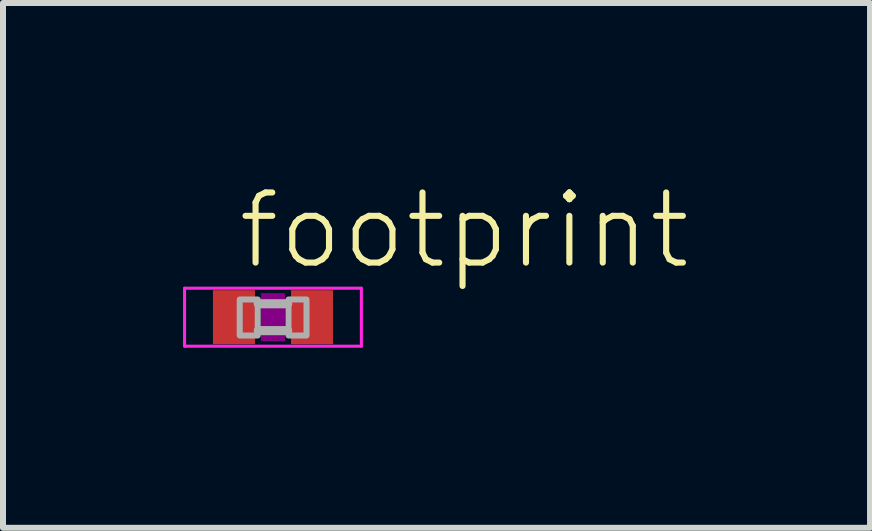
<source format=kicad_pcb>
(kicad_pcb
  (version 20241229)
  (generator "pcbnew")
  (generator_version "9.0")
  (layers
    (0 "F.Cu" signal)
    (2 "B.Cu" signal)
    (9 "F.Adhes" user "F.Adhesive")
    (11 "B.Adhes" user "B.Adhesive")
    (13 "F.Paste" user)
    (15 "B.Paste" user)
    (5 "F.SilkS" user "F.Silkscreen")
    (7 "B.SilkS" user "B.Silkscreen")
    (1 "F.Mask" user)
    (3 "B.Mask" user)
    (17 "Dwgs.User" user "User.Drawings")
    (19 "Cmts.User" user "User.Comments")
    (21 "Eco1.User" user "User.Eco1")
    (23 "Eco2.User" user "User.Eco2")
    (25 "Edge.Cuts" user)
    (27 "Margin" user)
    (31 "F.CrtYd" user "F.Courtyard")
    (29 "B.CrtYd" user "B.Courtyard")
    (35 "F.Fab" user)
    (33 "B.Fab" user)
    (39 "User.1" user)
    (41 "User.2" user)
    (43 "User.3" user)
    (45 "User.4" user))
  (footprint "footprint"
    (layer "F.Cu")
    (at 1.498 2.235)
    (property "Reference" "footprint" (at -0.635 -0.762 0) (layer "F.SilkS") (effects (font (size 1.168 1.168) (thickness 0.102)) (justify left bottom)))
    (fp_poly (pts (xy -0.2 0.4) (xy 0.2 0.4) (xy 0.2 -0.4) (xy -0.2 -0.4)) (stroke (width 0) (type solid)) (fill yes) (layer "F.Adhes"))
    (fp_line (start -1.473 -0.483) (end 1.473 -0.483) (stroke (width 0.051) (type solid)) (layer "F.CrtYd"))
    (fp_line (start -1.473 0.483) (end -1.473 -0.483) (stroke (width 0.051) (type solid)) (layer "F.CrtYd"))
    (fp_line (start 1.473 -0.483) (end 1.473 0.483) (stroke (width 0.051) (type solid)) (layer "F.CrtYd"))
    (fp_line (start 1.473 0.483) (end -1.473 0.483) (stroke (width 0.051) (type solid)) (layer "F.CrtYd"))
    (fp_line (start -0.245 -0.224) (end 0.245 -0.224) (stroke (width 0.152) (type solid)) (layer "F.Fab"))
    (fp_line (start 0.245 0.224) (end -0.245 0.224) (stroke (width 0.152) (type solid)) (layer "F.Fab"))
    (fp_poly (pts (xy -0.554 0.305) (xy -0.254 0.305) (xy -0.254 -0.295) (xy -0.554 -0.295)) (stroke (width 0.1) (type solid)) (fill no) (layer "F.Fab"))
    (fp_poly (pts (xy 0.259 0.305) (xy 0.559 0.305) (xy 0.559 -0.295) (xy 0.259 -0.295)) (stroke (width 0.1) (type solid)) (fill no) (layer "F.Fab"))
    (pad "1" smd rect (at -0.65 0) (size 0.7 0.9) (layers "F.Cu" "F.Mask" "F.Paste"))
    (pad "2" smd rect (at 0.65 0) (size 0.7 0.9) (layers "F.Cu" "F.Mask" "F.Paste")))
  (gr_rect
    (start -3 -3)
    (end 11.446 5.744)
    (stroke (width 0.1) (type default))
    (fill no)
    (layer "Edge.Cuts")))
</source>
